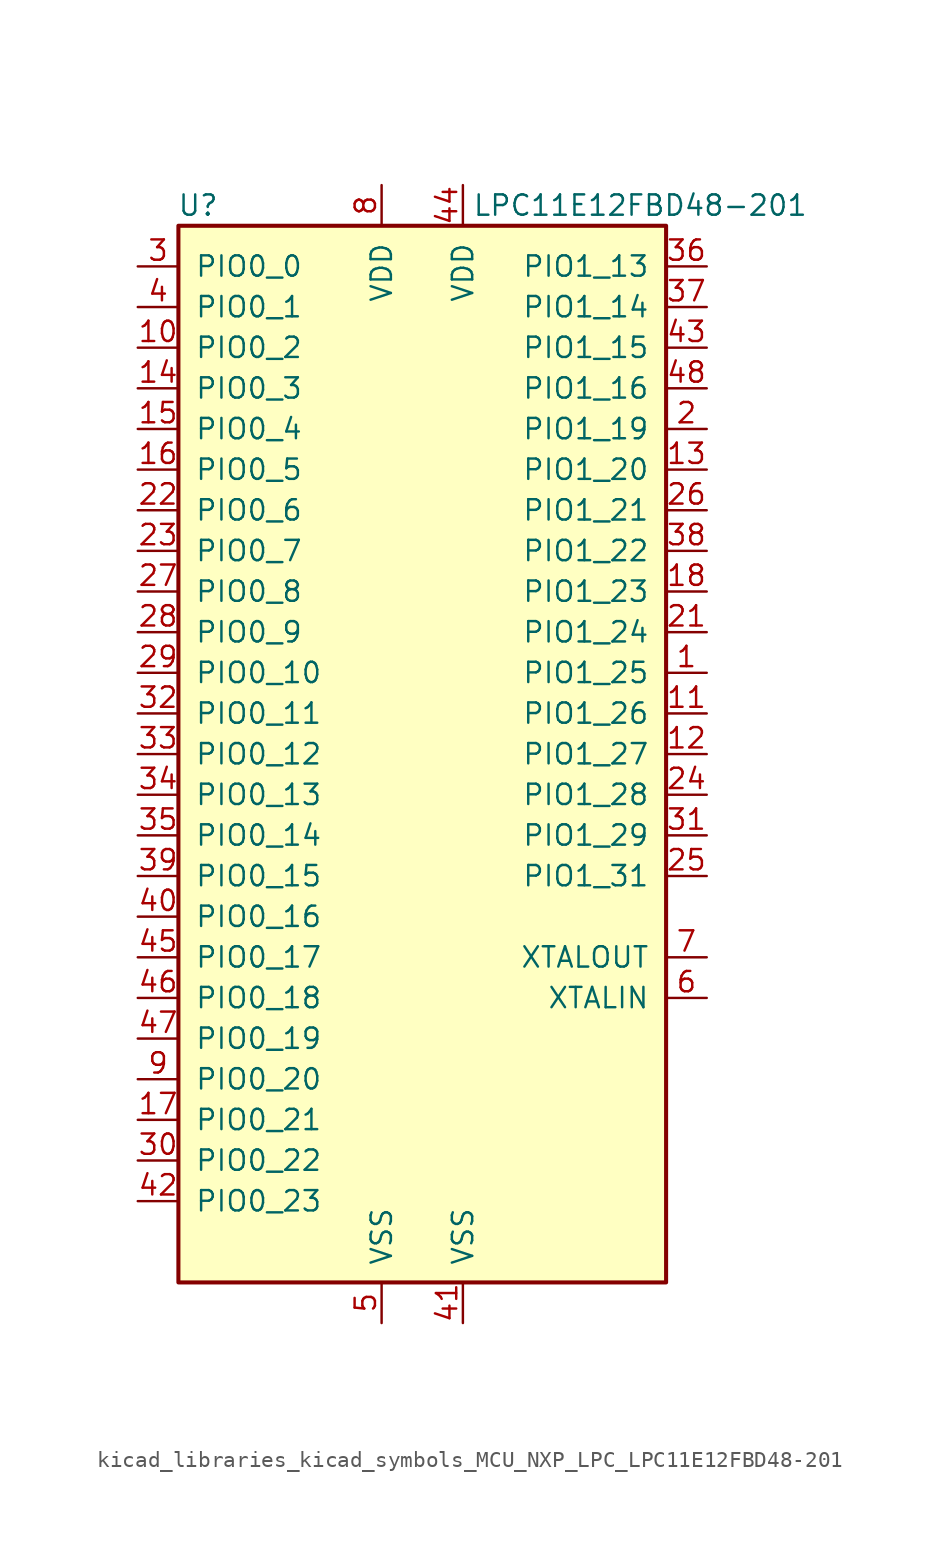
<source format=kicad_sym>
(kicad_symbol_lib
  (version 20220914)
  (generator kicad_symbol_editor)
  (symbol "kicad_libraries_kicad_symbols_MCU_NXP_LPC_LPC11E12FBD48-201"
    (pin_names
      (offset 1.016))
    (property "Reference" "U"
      (at -12.7 34.29 0)
      (effects (font (size 1.27 1.27)) (justify right)))
    (property "Value" "LPC11E12FBD48-201"
      (at 24.13 34.29 0)
      (effects (font (size 1.27 1.27)) (justify right)))
    (symbol "kicad_libraries_kicad_symbols_MCU_NXP_LPC_LPC11E12FBD48-201_0_1"
      (rectangle (start -15.24 33.02) (end 15.24 -33.02) (stroke (width 0.254) (type default)) (fill (type background))))
    (symbol "kicad_libraries_kicad_symbols_MCU_NXP_LPC_LPC11E12FBD48-201_1_1"
      (pin bidirectional line (at 17.78 5.08 180) (length 2.54) (name "PIO1_25" (effects (font (size 1.27 1.27)))) (number "1" (effects (font (size 1.27 1.27)))))
      (pin bidirectional line (at -17.78 25.4 0) (length 2.54) (name "PIO0_2" (effects (font (size 1.27 1.27)))) (number "10" (effects (font (size 1.27 1.27)))))
      (pin bidirectional line (at 17.78 2.54 180) (length 2.54) (name "PIO1_26" (effects (font (size 1.27 1.27)))) (number "11" (effects (font (size 1.27 1.27)))))
      (pin bidirectional line (at 17.78 0 180) (length 2.54) (name "PIO1_27" (effects (font (size 1.27 1.27)))) (number "12" (effects (font (size 1.27 1.27)))))
      (pin bidirectional line (at 17.78 17.78 180) (length 2.54) (name "PIO1_20" (effects (font (size 1.27 1.27)))) (number "13" (effects (font (size 1.27 1.27)))))
      (pin bidirectional line (at -17.78 22.86 0) (length 2.54) (name "PIO0_3" (effects (font (size 1.27 1.27)))) (number "14" (effects (font (size 1.27 1.27)))))
      (pin open_collector line (at -17.78 20.32 0) (length 2.54) (name "PIO0_4" (effects (font (size 1.27 1.27)))) (number "15" (effects (font (size 1.27 1.27)))))
      (pin open_collector line (at -17.78 17.78 0) (length 2.54) (name "PIO0_5" (effects (font (size 1.27 1.27)))) (number "16" (effects (font (size 1.27 1.27)))))
      (pin bidirectional line (at -17.78 -22.86 0) (length 2.54) (name "PIO0_21" (effects (font (size 1.27 1.27)))) (number "17" (effects (font (size 1.27 1.27)))))
      (pin bidirectional line (at 17.78 10.16 180) (length 2.54) (name "PIO1_23" (effects (font (size 1.27 1.27)))) (number "18" (effects (font (size 1.27 1.27)))))
      (pin no_connect line (at 15.24 -22.86 180) (length 2.54) hide (name "NC" (effects (font (size 1.27 1.27)))) (number "19" (effects (font (size 1.27 1.27)))))
      (pin bidirectional line (at 17.78 20.32 180) (length 2.54) (name "PIO1_19" (effects (font (size 1.27 1.27)))) (number "2" (effects (font (size 1.27 1.27)))))
      (pin no_connect line (at 15.24 -20.32 180) (length 2.54) hide (name "NC" (effects (font (size 1.27 1.27)))) (number "20" (effects (font (size 1.27 1.27)))))
      (pin bidirectional line (at 17.78 7.62 180) (length 2.54) (name "PIO1_24" (effects (font (size 1.27 1.27)))) (number "21" (effects (font (size 1.27 1.27)))))
      (pin bidirectional line (at -17.78 15.24 0) (length 2.54) (name "PIO0_6" (effects (font (size 1.27 1.27)))) (number "22" (effects (font (size 1.27 1.27)))))
      (pin bidirectional line (at -17.78 12.7 0) (length 2.54) (name "PIO0_7" (effects (font (size 1.27 1.27)))) (number "23" (effects (font (size 1.27 1.27)))))
      (pin bidirectional line (at 17.78 -2.54 180) (length 2.54) (name "PIO1_28" (effects (font (size 1.27 1.27)))) (number "24" (effects (font (size 1.27 1.27)))))
      (pin bidirectional line (at 17.78 -7.62 180) (length 2.54) (name "PIO1_31" (effects (font (size 1.27 1.27)))) (number "25" (effects (font (size 1.27 1.27)))))
      (pin bidirectional line (at 17.78 15.24 180) (length 2.54) (name "PIO1_21" (effects (font (size 1.27 1.27)))) (number "26" (effects (font (size 1.27 1.27)))))
      (pin bidirectional line (at -17.78 10.16 0) (length 2.54) (name "PIO0_8" (effects (font (size 1.27 1.27)))) (number "27" (effects (font (size 1.27 1.27)))))
      (pin bidirectional line (at -17.78 7.62 0) (length 2.54) (name "PIO0_9" (effects (font (size 1.27 1.27)))) (number "28" (effects (font (size 1.27 1.27)))))
      (pin bidirectional line (at -17.78 5.08 0) (length 2.54) (name "PIO0_10" (effects (font (size 1.27 1.27)))) (number "29" (effects (font (size 1.27 1.27)))))
      (pin bidirectional line (at -17.78 30.48 0) (length 2.54) (name "PIO0_0" (effects (font (size 1.27 1.27)))) (number "3" (effects (font (size 1.27 1.27)))))
      (pin bidirectional line (at -17.78 -25.4 0) (length 2.54) (name "PIO0_22" (effects (font (size 1.27 1.27)))) (number "30" (effects (font (size 1.27 1.27)))))
      (pin bidirectional line (at 17.78 -5.08 180) (length 2.54) (name "PIO1_29" (effects (font (size 1.27 1.27)))) (number "31" (effects (font (size 1.27 1.27)))))
      (pin bidirectional line (at -17.78 2.54 0) (length 2.54) (name "PIO0_11" (effects (font (size 1.27 1.27)))) (number "32" (effects (font (size 1.27 1.27)))))
      (pin bidirectional line (at -17.78 0 0) (length 2.54) (name "PIO0_12" (effects (font (size 1.27 1.27)))) (number "33" (effects (font (size 1.27 1.27)))))
      (pin bidirectional line (at -17.78 -2.54 0) (length 2.54) (name "PIO0_13" (effects (font (size 1.27 1.27)))) (number "34" (effects (font (size 1.27 1.27)))))
      (pin bidirectional line (at -17.78 -5.08 0) (length 2.54) (name "PIO0_14" (effects (font (size 1.27 1.27)))) (number "35" (effects (font (size 1.27 1.27)))))
      (pin bidirectional line (at 17.78 30.48 180) (length 2.54) (name "PIO1_13" (effects (font (size 1.27 1.27)))) (number "36" (effects (font (size 1.27 1.27)))))
      (pin bidirectional line (at 17.78 27.94 180) (length 2.54) (name "PIO1_14" (effects (font (size 1.27 1.27)))) (number "37" (effects (font (size 1.27 1.27)))))
      (pin bidirectional line (at 17.78 12.7 180) (length 2.54) (name "PIO1_22" (effects (font (size 1.27 1.27)))) (number "38" (effects (font (size 1.27 1.27)))))
      (pin bidirectional line (at -17.78 -7.62 0) (length 2.54) (name "PIO0_15" (effects (font (size 1.27 1.27)))) (number "39" (effects (font (size 1.27 1.27)))))
      (pin bidirectional line (at -17.78 27.94 0) (length 2.54) (name "PIO0_1" (effects (font (size 1.27 1.27)))) (number "4" (effects (font (size 1.27 1.27)))))
      (pin bidirectional line (at -17.78 -10.16 0) (length 2.54) (name "PIO0_16" (effects (font (size 1.27 1.27)))) (number "40" (effects (font (size 1.27 1.27)))))
      (pin power_in line (at 2.54 -35.56 90) (length 2.54) (name "VSS" (effects (font (size 1.27 1.27)))) (number "41" (effects (font (size 1.27 1.27)))))
      (pin bidirectional line (at -17.78 -27.94 0) (length 2.54) (name "PIO0_23" (effects (font (size 1.27 1.27)))) (number "42" (effects (font (size 1.27 1.27)))))
      (pin bidirectional line (at 17.78 25.4 180) (length 2.54) (name "PIO1_15" (effects (font (size 1.27 1.27)))) (number "43" (effects (font (size 1.27 1.27)))))
      (pin power_in line (at 2.54 35.56 270) (length 2.54) (name "VDD" (effects (font (size 1.27 1.27)))) (number "44" (effects (font (size 1.27 1.27)))))
      (pin bidirectional line (at -17.78 -12.7 0) (length 2.54) (name "PIO0_17" (effects (font (size 1.27 1.27)))) (number "45" (effects (font (size 1.27 1.27)))))
      (pin bidirectional line (at -17.78 -15.24 0) (length 2.54) (name "PIO0_18" (effects (font (size 1.27 1.27)))) (number "46" (effects (font (size 1.27 1.27)))))
      (pin bidirectional line (at -17.78 -17.78 0) (length 2.54) (name "PIO0_19" (effects (font (size 1.27 1.27)))) (number "47" (effects (font (size 1.27 1.27)))))
      (pin bidirectional line (at 17.78 22.86 180) (length 2.54) (name "PIO1_16" (effects (font (size 1.27 1.27)))) (number "48" (effects (font (size 1.27 1.27)))))
      (pin power_in line (at -2.54 -35.56 90) (length 2.54) (name "VSS" (effects (font (size 1.27 1.27)))) (number "5" (effects (font (size 1.27 1.27)))))
      (pin passive line (at 17.78 -15.24 180) (length 2.54) (name "XTALIN" (effects (font (size 1.27 1.27)))) (number "6" (effects (font (size 1.27 1.27)))))
      (pin passive line (at 17.78 -12.7 180) (length 2.54) (name "XTALOUT" (effects (font (size 1.27 1.27)))) (number "7" (effects (font (size 1.27 1.27)))))
      (pin power_in line (at -2.54 35.56 270) (length 2.54) (name "VDD" (effects (font (size 1.27 1.27)))) (number "8" (effects (font (size 1.27 1.27)))))
      (pin bidirectional line (at -17.78 -20.32 0) (length 2.54) (name "PIO0_20" (effects (font (size 1.27 1.27)))) (number "9" (effects (font (size 1.27 1.27))))))))
</source>
